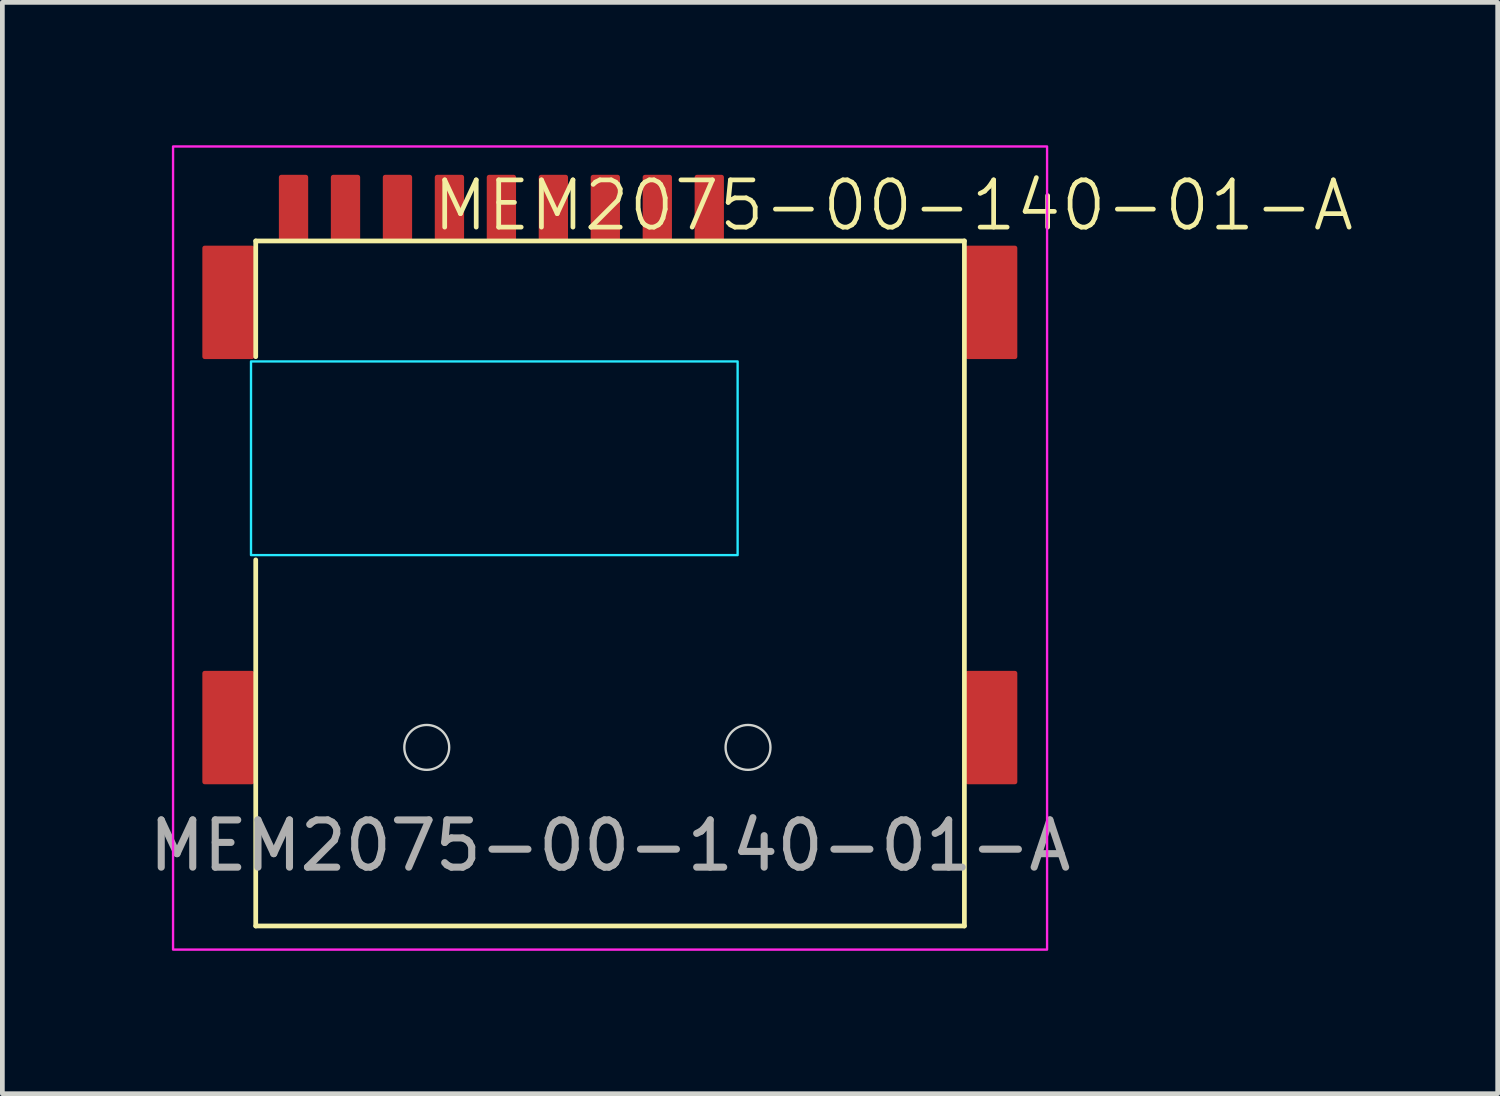
<source format=kicad_pcb>
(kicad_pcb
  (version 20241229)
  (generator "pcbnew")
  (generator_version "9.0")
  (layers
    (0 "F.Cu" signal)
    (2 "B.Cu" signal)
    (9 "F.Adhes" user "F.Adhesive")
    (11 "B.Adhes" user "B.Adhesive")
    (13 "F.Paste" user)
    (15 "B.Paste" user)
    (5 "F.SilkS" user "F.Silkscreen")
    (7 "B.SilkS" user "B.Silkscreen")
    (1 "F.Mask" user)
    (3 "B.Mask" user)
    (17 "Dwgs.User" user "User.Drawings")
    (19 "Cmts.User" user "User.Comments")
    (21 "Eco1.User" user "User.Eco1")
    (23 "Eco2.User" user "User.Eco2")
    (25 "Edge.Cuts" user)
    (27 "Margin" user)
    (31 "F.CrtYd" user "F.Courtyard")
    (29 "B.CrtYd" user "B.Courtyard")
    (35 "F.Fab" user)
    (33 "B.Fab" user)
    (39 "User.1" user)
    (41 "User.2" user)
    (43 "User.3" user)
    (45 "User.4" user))
  (footprint "MEM2075-00-140-01-A"
    (layer "F.Cu")
    (at 9.863 9.3)
    (property "Reference" "MEM2075-00-140-01-A" (at 6 -8 0) (unlocked yes) (layer "F.SilkS") (effects (font (size 1 1) (thickness 0.1))))
    (attr smd)
    (fp_line (start -7.5 -7.25) (end -7.5 -4.8) (stroke (width 0.1) (type default)) (layer "F.SilkS"))
    (fp_line (start -7.5 -7.25) (end 7.5 -7.25) (stroke (width 0.1) (type default)) (layer "F.SilkS"))
    (fp_line (start -7.5 7.25) (end -7.5 -0.5) (stroke (width 0.1) (type default)) (layer "F.SilkS"))
    (fp_line (start 7.5 -7.25) (end 7.5 7.25) (stroke (width 0.1) (type default)) (layer "F.SilkS"))
    (fp_line (start 7.5 7.25) (end -7.5 7.25) (stroke (width 0.1) (type default)) (layer "F.SilkS"))
    (fp_circle (center -3.88 3.47) (end -3.405 3.47) (stroke (width 0.05) (type solid)) (fill no) (layer "Edge.Cuts"))
    (fp_circle (center 2.92 3.47) (end 3.395 3.47) (stroke (width 0.05) (type solid)) (fill no) (layer "Edge.Cuts"))
    (fp_rect (start -9.25 -9.25) (end 9.25 7.75) (stroke (width 0.1) (type default)) (fill no) (layer "Margin"))
    (fp_rect (start -7.6 -4.7) (end 2.7 -0.6) (stroke (width 0.05) (type default)) (fill no) (layer "B.CrtYd"))
    (fp_rect (start -9.25 -9.25) (end 9.25 7.75) (stroke (width 0.05) (type default)) (fill no) (layer "F.CrtYd"))
    (fp_rect (start -7.6 -4.7) (end 2.7 -0.6) (stroke (width 0.1) (type default)) (fill no) (layer "User.1"))
    (fp_text user "${REFERENCE}" (at 0 5.55 0) (unlocked yes) (layer "F.Fab") (effects (font (size 1 1) (thickness 0.15))))
    (fp_text user "KEEP OUT" (at -6.1 -2 0) (unlocked yes) (layer "User.1") (effects (font (size 1 1) (thickness 0.15)) (justify left bottom)))
    (pad "1" smd roundrect (at 2.1 -7.95) (size 0.62 1.4) (layers "F.Cu" "F.Mask" "F.Paste") (roundrect_rratio 0.081))
    (pad "2" smd roundrect (at 1 -7.95) (size 0.62 1.4) (layers "F.Cu" "F.Mask" "F.Paste") (roundrect_rratio 0.081))
    (pad "3" smd roundrect (at -0.1 -7.95) (size 0.62 1.4) (layers "F.Cu" "F.Mask" "F.Paste") (roundrect_rratio 0.081))
    (pad "4" smd roundrect (at -1.2 -7.95) (size 0.62 1.4) (layers "F.Cu" "F.Mask" "F.Paste") (roundrect_rratio 0.081))
    (pad "5" smd roundrect (at -2.3 -7.95) (size 0.62 1.4) (layers "F.Cu" "F.Mask" "F.Paste") (roundrect_rratio 0.081))
    (pad "6" smd roundrect (at -3.4 -7.95) (size 0.62 1.4) (layers "F.Cu" "F.Mask" "F.Paste") (roundrect_rratio 0.081))
    (pad "7" smd roundrect (at -4.5 -7.95) (size 0.62 1.4) (layers "F.Cu" "F.Mask" "F.Paste") (roundrect_rratio 0.081))
    (pad "8" smd roundrect (at -5.6 -7.95) (size 0.62 1.4) (layers "F.Cu" "F.Mask" "F.Paste") (roundrect_rratio 0.081))
    (pad "9" smd roundrect (at -6.7 -7.95) (size 0.62 1.4) (layers "F.Cu" "F.Mask" "F.Paste") (roundrect_rratio 0.081))
    (pad "10" smd roundrect (at -8.08 -5.95) (size 1.1 2.4) (layers "F.Cu" "F.Mask" "F.Paste") (roundrect_rratio 0.045))
    (pad "10" smd roundrect (at -8.08 3.05) (size 1.1 2.4) (layers "F.Cu" "F.Mask" "F.Paste") (roundrect_rratio 0.045))
    (pad "10" smd roundrect (at 8.07 -5.95) (size 1.1 2.4) (layers "F.Cu" "F.Mask" "F.Paste") (roundrect_rratio 0.045))
    (pad "10" smd roundrect (at 8.07 3.05) (size 1.1 2.4) (layers "F.Cu" "F.Mask" "F.Paste") (roundrect_rratio 0.045)))
  (gr_rect
    (start -3 -3)
    (end 28.651 20.1)
    (stroke (width 0.1) (type default))
    (fill no)
    (layer "Edge.Cuts")))
</source>
